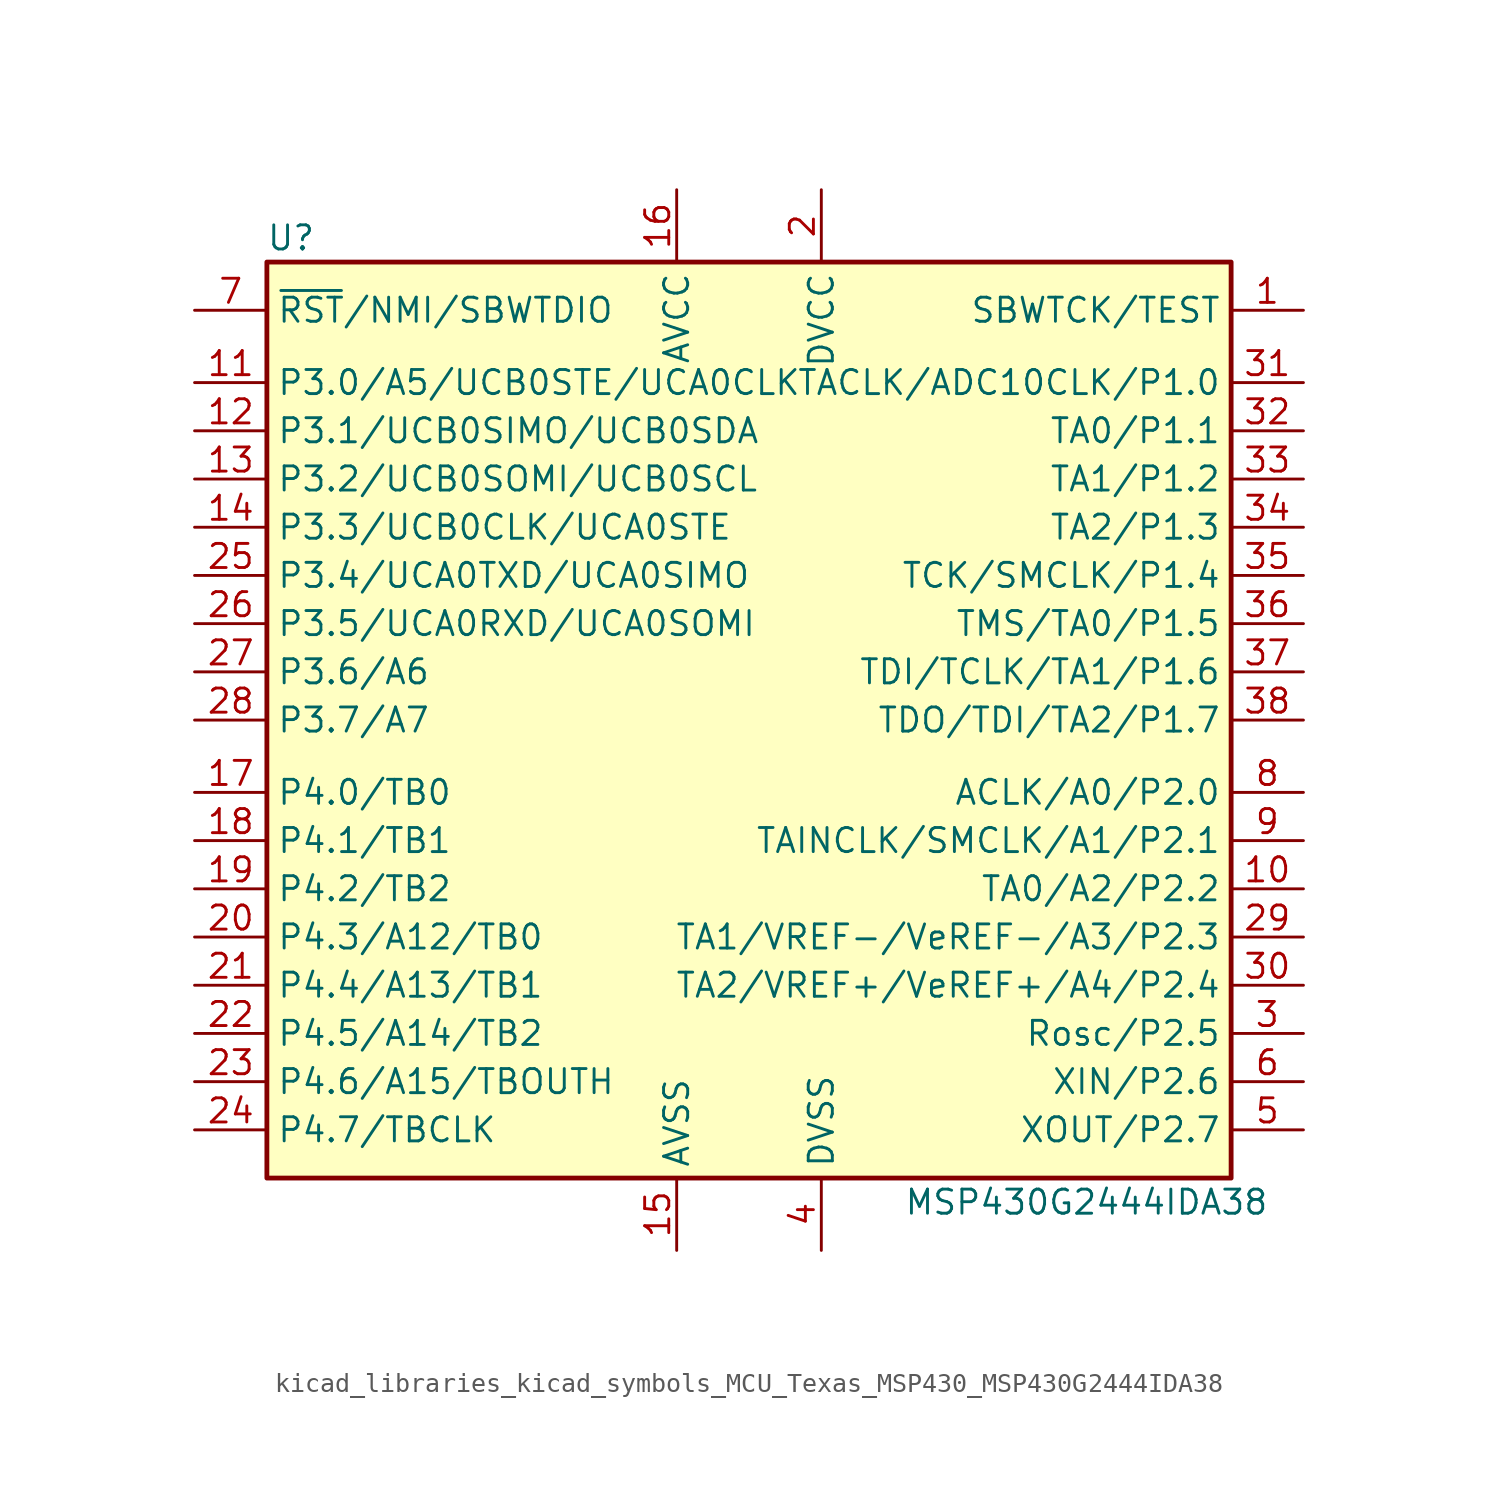
<source format=kicad_sym>
(kicad_symbol_lib
  (version 20220914)
  (generator kicad_symbol_editor)
  (symbol "kicad_libraries_kicad_symbols_MCU_Texas_MSP430_MSP430G2444IDA38"
    (property "Reference" "U"
      (at -24.13 25.4 0)
      (effects (font (size 1.27 1.27))))
    (property "Value" "MSP430G2444IDA38"
      (at 17.78 -25.4 0)
      (effects (font (size 1.27 1.27))))
    (symbol "kicad_libraries_kicad_symbols_MCU_Texas_MSP430_MSP430G2444IDA38_0_1"
      (rectangle (start -25.4 24.13) (end 25.4 -24.13) (stroke (width 0.254) (type default)) (fill (type background))))
    (symbol "kicad_libraries_kicad_symbols_MCU_Texas_MSP430_MSP430G2444IDA38_1_1"
      (pin input line (at 29.21 21.59 180) (length 3.81) (name "SBWTCK/TEST" (effects (font (size 1.27 1.27)))) (number "1" (effects (font (size 1.27 1.27)))))
      (pin bidirectional line (at 29.21 -8.89 180) (length 3.81) (name "TA0/A2/P2.2" (effects (font (size 1.27 1.27)))) (number "10" (effects (font (size 1.27 1.27)))))
      (pin bidirectional line (at -29.21 17.78 0) (length 3.81) (name "P3.0/A5/UCB0STE/UCA0CLK" (effects (font (size 1.27 1.27)))) (number "11" (effects (font (size 1.27 1.27)))))
      (pin bidirectional line (at -29.21 15.24 0) (length 3.81) (name "P3.1/UCB0SIMO/UCB0SDA" (effects (font (size 1.27 1.27)))) (number "12" (effects (font (size 1.27 1.27)))))
      (pin bidirectional line (at -29.21 12.7 0) (length 3.81) (name "P3.2/UCB0SOMI/UCB0SCL" (effects (font (size 1.27 1.27)))) (number "13" (effects (font (size 1.27 1.27)))))
      (pin bidirectional line (at -29.21 10.16 0) (length 3.81) (name "P3.3/UCB0CLK/UCA0STE" (effects (font (size 1.27 1.27)))) (number "14" (effects (font (size 1.27 1.27)))))
      (pin power_in line (at -3.81 -27.94 90) (length 3.81) (name "AVSS" (effects (font (size 1.27 1.27)))) (number "15" (effects (font (size 1.27 1.27)))))
      (pin power_in line (at -3.81 27.94 270) (length 3.81) (name "AVCC" (effects (font (size 1.27 1.27)))) (number "16" (effects (font (size 1.27 1.27)))))
      (pin bidirectional line (at -29.21 -3.81 0) (length 3.81) (name "P4.0/TB0" (effects (font (size 1.27 1.27)))) (number "17" (effects (font (size 1.27 1.27)))))
      (pin bidirectional line (at -29.21 -6.35 0) (length 3.81) (name "P4.1/TB1" (effects (font (size 1.27 1.27)))) (number "18" (effects (font (size 1.27 1.27)))))
      (pin bidirectional line (at -29.21 -8.89 0) (length 3.81) (name "P4.2/TB2" (effects (font (size 1.27 1.27)))) (number "19" (effects (font (size 1.27 1.27)))))
      (pin power_in line (at 3.81 27.94 270) (length 3.81) (name "DVCC" (effects (font (size 1.27 1.27)))) (number "2" (effects (font (size 1.27 1.27)))))
      (pin bidirectional line (at -29.21 -11.43 0) (length 3.81) (name "P4.3/A12/TB0" (effects (font (size 1.27 1.27)))) (number "20" (effects (font (size 1.27 1.27)))))
      (pin bidirectional line (at -29.21 -13.97 0) (length 3.81) (name "P4.4/A13/TB1" (effects (font (size 1.27 1.27)))) (number "21" (effects (font (size 1.27 1.27)))))
      (pin bidirectional line (at -29.21 -16.51 0) (length 3.81) (name "P4.5/A14/TB2" (effects (font (size 1.27 1.27)))) (number "22" (effects (font (size 1.27 1.27)))))
      (pin bidirectional line (at -29.21 -19.05 0) (length 3.81) (name "P4.6/A15/TBOUTH" (effects (font (size 1.27 1.27)))) (number "23" (effects (font (size 1.27 1.27)))))
      (pin bidirectional line (at -29.21 -21.59 0) (length 3.81) (name "P4.7/TBCLK" (effects (font (size 1.27 1.27)))) (number "24" (effects (font (size 1.27 1.27)))))
      (pin bidirectional line (at -29.21 7.62 0) (length 3.81) (name "P3.4/UCA0TXD/UCA0SIMO" (effects (font (size 1.27 1.27)))) (number "25" (effects (font (size 1.27 1.27)))))
      (pin bidirectional line (at -29.21 5.08 0) (length 3.81) (name "P3.5/UCA0RXD/UCA0SOMI" (effects (font (size 1.27 1.27)))) (number "26" (effects (font (size 1.27 1.27)))))
      (pin bidirectional line (at -29.21 2.54 0) (length 3.81) (name "P3.6/A6" (effects (font (size 1.27 1.27)))) (number "27" (effects (font (size 1.27 1.27)))))
      (pin bidirectional line (at -29.21 0 0) (length 3.81) (name "P3.7/A7" (effects (font (size 1.27 1.27)))) (number "28" (effects (font (size 1.27 1.27)))))
      (pin bidirectional line (at 29.21 -11.43 180) (length 3.81) (name "TA1/VREF-/VeREF-/A3/P2.3" (effects (font (size 1.27 1.27)))) (number "29" (effects (font (size 1.27 1.27)))))
      (pin bidirectional line (at 29.21 -16.51 180) (length 3.81) (name "Rosc/P2.5" (effects (font (size 1.27 1.27)))) (number "3" (effects (font (size 1.27 1.27)))))
      (pin bidirectional line (at 29.21 -13.97 180) (length 3.81) (name "TA2/VREF+/VeREF+/A4/P2.4" (effects (font (size 1.27 1.27)))) (number "30" (effects (font (size 1.27 1.27)))))
      (pin bidirectional line (at 29.21 17.78 180) (length 3.81) (name "TACLK/ADC10CLK/P1.0" (effects (font (size 1.27 1.27)))) (number "31" (effects (font (size 1.27 1.27)))))
      (pin bidirectional line (at 29.21 15.24 180) (length 3.81) (name "TA0/P1.1" (effects (font (size 1.27 1.27)))) (number "32" (effects (font (size 1.27 1.27)))))
      (pin bidirectional line (at 29.21 12.7 180) (length 3.81) (name "TA1/P1.2" (effects (font (size 1.27 1.27)))) (number "33" (effects (font (size 1.27 1.27)))))
      (pin bidirectional line (at 29.21 10.16 180) (length 3.81) (name "TA2/P1.3" (effects (font (size 1.27 1.27)))) (number "34" (effects (font (size 1.27 1.27)))))
      (pin bidirectional line (at 29.21 7.62 180) (length 3.81) (name "TCK/SMCLK/P1.4" (effects (font (size 1.27 1.27)))) (number "35" (effects (font (size 1.27 1.27)))))
      (pin bidirectional line (at 29.21 5.08 180) (length 3.81) (name "TMS/TA0/P1.5" (effects (font (size 1.27 1.27)))) (number "36" (effects (font (size 1.27 1.27)))))
      (pin bidirectional line (at 29.21 2.54 180) (length 3.81) (name "TDI/TCLK/TA1/P1.6" (effects (font (size 1.27 1.27)))) (number "37" (effects (font (size 1.27 1.27)))))
      (pin bidirectional line (at 29.21 0 180) (length 3.81) (name "TDO/TDI/TA2/P1.7" (effects (font (size 1.27 1.27)))) (number "38" (effects (font (size 1.27 1.27)))))
      (pin power_in line (at 3.81 -27.94 90) (length 3.81) (name "DVSS" (effects (font (size 1.27 1.27)))) (number "4" (effects (font (size 1.27 1.27)))))
      (pin bidirectional line (at 29.21 -21.59 180) (length 3.81) (name "XOUT/P2.7" (effects (font (size 1.27 1.27)))) (number "5" (effects (font (size 1.27 1.27)))))
      (pin bidirectional line (at 29.21 -19.05 180) (length 3.81) (name "XIN/P2.6" (effects (font (size 1.27 1.27)))) (number "6" (effects (font (size 1.27 1.27)))))
      (pin input line (at -29.21 21.59 0) (length 3.81) (name "~{RST}/NMI/SBWTDIO" (effects (font (size 1.27 1.27)))) (number "7" (effects (font (size 1.27 1.27)))))
      (pin bidirectional line (at 29.21 -3.81 180) (length 3.81) (name "ACLK/A0/P2.0" (effects (font (size 1.27 1.27)))) (number "8" (effects (font (size 1.27 1.27)))))
      (pin bidirectional line (at 29.21 -6.35 180) (length 3.81) (name "TAINCLK/SMCLK/A1/P2.1" (effects (font (size 1.27 1.27)))) (number "9" (effects (font (size 1.27 1.27))))))))
</source>
